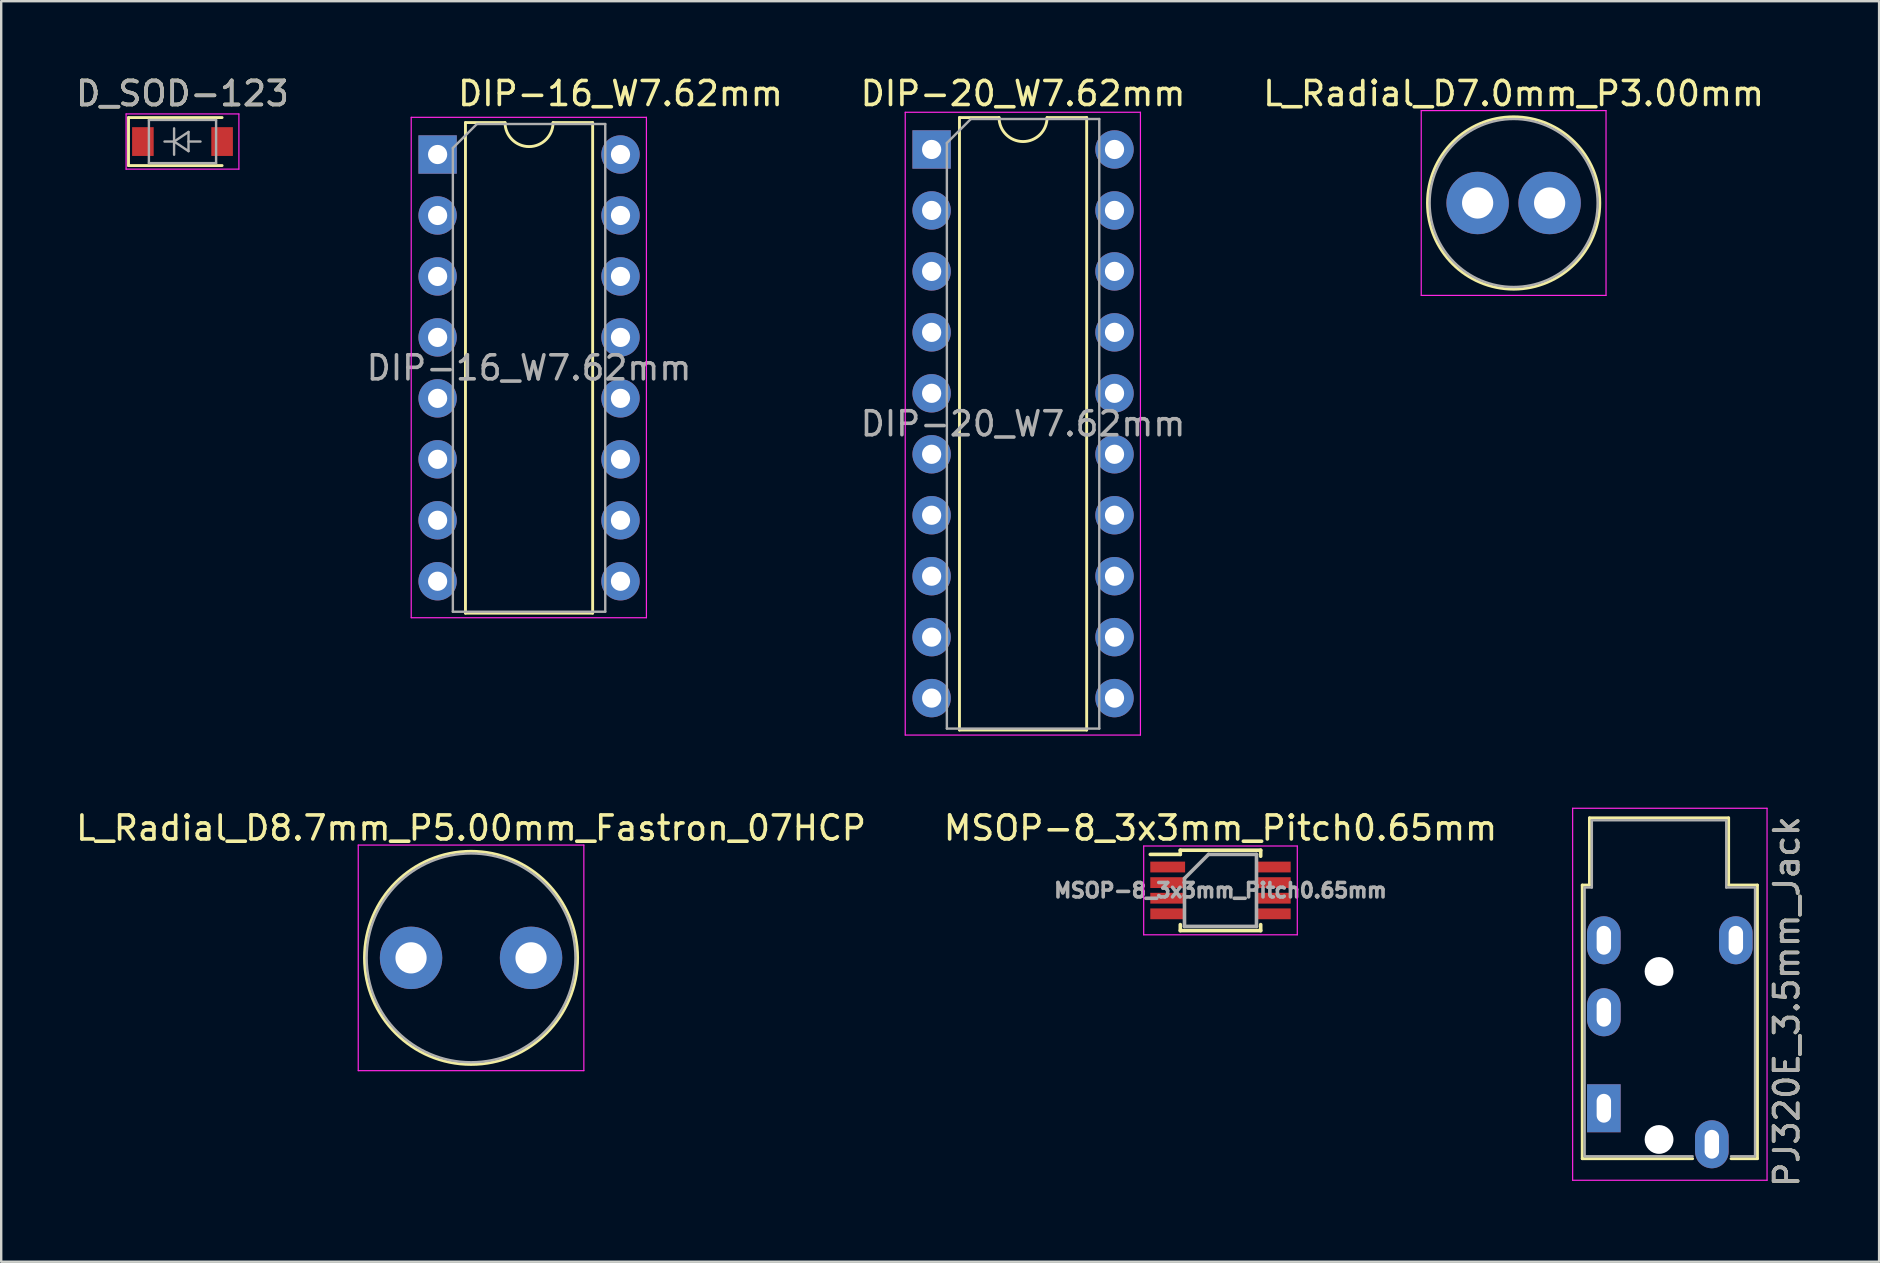
<source format=kicad_pcb>
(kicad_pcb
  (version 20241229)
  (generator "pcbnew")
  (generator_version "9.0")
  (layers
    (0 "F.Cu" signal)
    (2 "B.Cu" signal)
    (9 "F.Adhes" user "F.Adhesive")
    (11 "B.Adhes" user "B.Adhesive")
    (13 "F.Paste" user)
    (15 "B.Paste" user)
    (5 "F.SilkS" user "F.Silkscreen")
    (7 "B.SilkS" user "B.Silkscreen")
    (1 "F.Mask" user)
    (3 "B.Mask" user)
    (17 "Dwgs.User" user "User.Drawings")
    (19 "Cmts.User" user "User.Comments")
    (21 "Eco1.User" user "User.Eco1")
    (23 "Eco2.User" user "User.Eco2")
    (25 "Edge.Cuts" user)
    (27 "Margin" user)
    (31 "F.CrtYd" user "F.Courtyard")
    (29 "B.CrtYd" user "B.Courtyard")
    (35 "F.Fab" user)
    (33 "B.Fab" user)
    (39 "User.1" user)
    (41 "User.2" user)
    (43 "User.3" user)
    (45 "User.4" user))
  (footprint "PJ320E_3.5mm_Jack"
    (layer "F.Cu")
    (at 63.777 43.128)
    (property "Reference" "PJ320E_3.5mm_Jack" (at 7.62 -4.445 90) (layer "F.SilkS") (effects (font (size 1 1) (thickness 0.15))))
    (attr through_hole)
    (fp_line (start -0.9 -9.3) (end -0.9 2.1) (stroke (width 0.12) (type solid)) (layer "F.SilkS"))
    (fp_line (start -0.9 -9.3) (end -0.6 -9.3) (stroke (width 0.12) (type solid)) (layer "F.SilkS"))
    (fp_line (start -0.9 2.1) (end 3.7 2.1) (stroke (width 0.12) (type solid)) (layer "F.SilkS"))
    (fp_line (start -0.6 -9.3) (end -0.6 -12.1) (stroke (width 0.12) (type solid)) (layer "F.SilkS"))
    (fp_line (start 5.2 -12.1) (end -0.6 -12.1) (stroke (width 0.12) (type solid)) (layer "F.SilkS"))
    (fp_line (start 5.2 -9.3) (end 5.2 -12.1) (stroke (width 0.12) (type solid)) (layer "F.SilkS"))
    (fp_line (start 5.2 -9.3) (end 6.4 -9.3) (stroke (width 0.12) (type solid)) (layer "F.SilkS"))
    (fp_line (start 6.4 -9.3) (end 6.4 2.1) (stroke (width 0.12) (type solid)) (layer "F.SilkS"))
    (fp_line (start 6.4 2.1) (end 5.3 2.1) (stroke (width 0.12) (type solid)) (layer "F.SilkS"))
    (fp_line (start -1.3 -12.5) (end -1.3 3) (stroke (width 0.05) (type solid)) (layer "F.CrtYd"))
    (fp_line (start -1.3 -12.5) (end 6.8 -12.5) (stroke (width 0.05) (type solid)) (layer "F.CrtYd"))
    (fp_line (start -1.3 3) (end 6.8 3) (stroke (width 0.05) (type solid)) (layer "F.CrtYd"))
    (fp_line (start 6.8 -12.5) (end 6.8 3) (stroke (width 0.05) (type solid)) (layer "F.CrtYd"))
    (fp_line (start -0.8 -9.2) (end -0.5 -9.2) (stroke (width 0.1) (type solid)) (layer "F.Fab"))
    (fp_line (start -0.8 2) (end -0.8 -9.2) (stroke (width 0.1) (type solid)) (layer "F.Fab"))
    (fp_line (start -0.5 -12) (end 5.1 -12) (stroke (width 0.1) (type solid)) (layer "F.Fab"))
    (fp_line (start -0.5 -9.2) (end -0.5 -12) (stroke (width 0.1) (type solid)) (layer "F.Fab"))
    (fp_line (start 3.7 2) (end -0.8 2) (stroke (width 0.1) (type solid)) (layer "F.Fab"))
    (fp_line (start 5.1 -12) (end 5.1 -9.2) (stroke (width 0.1) (type solid)) (layer "F.Fab"))
    (fp_line (start 5.1 -9.2) (end 6.3 -9.2) (stroke (width 0.1) (type solid)) (layer "F.Fab"))
    (fp_line (start 6.3 -9.2) (end 6.3 2) (stroke (width 0.1) (type solid)) (layer "F.Fab"))
    (fp_line (start 6.3 2) (end 5.3 2) (stroke (width 0.1) (type solid)) (layer "F.Fab"))
    (fp_text user "${REFERENCE}" (at 7.62 -4.445 90) (layer "F.Fab") (effects (font (size 1 1) (thickness 0.15))))
    (pad "" np_thru_hole circle (at 2.3 -5.7 270) (size 1.2 1.2) (drill 1.2) (layers "*.Cu" "*.Mask"))
    (pad "" np_thru_hole circle (at 2.3 1.3 270) (size 1.2 1.2) (drill 1.2) (layers "*.Cu" "*.Mask"))
    (pad "1" thru_hole rect (at 0 0 270) (size 2 1.4) (drill oval 1.2 0.6) (layers "*.Cu" "*.Mask"))
    (pad "2" thru_hole oval (at 0 -4 270) (size 2 1.4) (drill oval 1.2 0.6) (layers "*.Cu" "*.Mask"))
    (pad "3" thru_hole oval (at 0 -7 270) (size 2 1.4) (drill oval 1.2 0.6) (layers "*.Cu" "*.Mask"))
    (pad "4" thru_hole oval (at 4.5 1.5 270) (size 2 1.4) (drill oval 1.2 0.6) (layers "*.Cu" "*.Mask"))
    (pad "5" thru_hole oval (at 5.5 -7 270) (size 2 1.4) (drill oval 1.2 0.6) (layers "*.Cu" "*.Mask")))
  (footprint "D_SOD-123"
    (layer "F.Cu")
    (at 4.554 2.848)
    (property "Reference" "D_SOD-123" (at 0 -2 0) (layer "F.SilkS") (effects (font (size 1 1) (thickness 0.15))))
    (attr smd)
    (fp_line (start -2.25 -1) (end -2.25 1) (stroke (width 0.12) (type solid)) (layer "F.SilkS"))
    (fp_line (start -2.25 -1) (end 1.65 -1) (stroke (width 0.12) (type solid)) (layer "F.SilkS"))
    (fp_line (start -2.25 1) (end 1.65 1) (stroke (width 0.12) (type solid)) (layer "F.SilkS"))
    (fp_line (start -2.35 -1.15) (end -2.35 1.15) (stroke (width 0.05) (type solid)) (layer "F.CrtYd"))
    (fp_line (start -2.35 -1.15) (end 2.35 -1.15) (stroke (width 0.05) (type solid)) (layer "F.CrtYd"))
    (fp_line (start 2.35 -1.15) (end 2.35 1.15) (stroke (width 0.05) (type solid)) (layer "F.CrtYd"))
    (fp_line (start 2.35 1.15) (end -2.35 1.15) (stroke (width 0.05) (type solid)) (layer "F.CrtYd"))
    (fp_line (start -1.4 -0.9) (end 1.4 -0.9) (stroke (width 0.1) (type solid)) (layer "F.Fab"))
    (fp_line (start -1.4 0.9) (end -1.4 -0.9) (stroke (width 0.1) (type solid)) (layer "F.Fab"))
    (fp_line (start -0.75 0) (end -0.35 0) (stroke (width 0.1) (type solid)) (layer "F.Fab"))
    (fp_line (start -0.35 0) (end -0.35 -0.55) (stroke (width 0.1) (type solid)) (layer "F.Fab"))
    (fp_line (start -0.35 0) (end -0.35 0.55) (stroke (width 0.1) (type solid)) (layer "F.Fab"))
    (fp_line (start -0.35 0) (end 0.25 -0.4) (stroke (width 0.1) (type solid)) (layer "F.Fab"))
    (fp_line (start 0.25 -0.4) (end 0.25 0.4) (stroke (width 0.1) (type solid)) (layer "F.Fab"))
    (fp_line (start 0.25 0) (end 0.75 0) (stroke (width 0.1) (type solid)) (layer "F.Fab"))
    (fp_line (start 0.25 0.4) (end -0.35 0) (stroke (width 0.1) (type solid)) (layer "F.Fab"))
    (fp_line (start 1.4 -0.9) (end 1.4 0.9) (stroke (width 0.1) (type solid)) (layer "F.Fab"))
    (fp_line (start 1.4 0.9) (end -1.4 0.9) (stroke (width 0.1) (type solid)) (layer "F.Fab"))
    (fp_text user "${REFERENCE}" (at 0 -2 0) (layer "F.Fab") (effects (font (size 1 1) (thickness 0.15))))
    (pad "1" smd rect (at -1.65 0) (size 0.9 1.2) (layers "F.Cu" "F.Mask" "F.Paste"))
    (pad "2" smd rect (at 1.65 0) (size 0.9 1.2) (layers "F.Cu" "F.Mask" "F.Paste")))
  (footprint "DIP-16_W7.62mm"
    (layer "F.Cu")
    (at 15.184 3.388)
    (property "Reference" "DIP-16_W7.62mm" (at 7.62 -2.54 0) (layer "F.SilkS") (effects (font (size 1 1) (thickness 0.15))))
    (attr through_hole)
    (fp_line (start 1.16 -1.33) (end 1.16 19.11) (stroke (width 0.12) (type solid)) (layer "F.SilkS"))
    (fp_line (start 1.16 19.11) (end 6.46 19.11) (stroke (width 0.12) (type solid)) (layer "F.SilkS"))
    (fp_line (start 2.81 -1.33) (end 1.16 -1.33) (stroke (width 0.12) (type solid)) (layer "F.SilkS"))
    (fp_line (start 6.46 -1.33) (end 4.81 -1.33) (stroke (width 0.12) (type solid)) (layer "F.SilkS"))
    (fp_line (start 6.46 19.11) (end 6.46 -1.33) (stroke (width 0.12) (type solid)) (layer "F.SilkS"))
    (fp_arc (start 4.81 -1.33) (mid 3.81 -0.33) (end 2.81 -1.33) (stroke (width 0.12) (type solid)) (layer "F.SilkS"))
    (fp_line (start -1.1 -1.55) (end -1.1 19.3) (stroke (width 0.05) (type solid)) (layer "F.CrtYd"))
    (fp_line (start -1.1 19.3) (end 8.7 19.3) (stroke (width 0.05) (type solid)) (layer "F.CrtYd"))
    (fp_line (start 8.7 -1.55) (end -1.1 -1.55) (stroke (width 0.05) (type solid)) (layer "F.CrtYd"))
    (fp_line (start 8.7 19.3) (end 8.7 -1.55) (stroke (width 0.05) (type solid)) (layer "F.CrtYd"))
    (fp_line (start 0.635 -0.27) (end 1.635 -1.27) (stroke (width 0.1) (type solid)) (layer "F.Fab"))
    (fp_line (start 0.635 19.05) (end 0.635 -0.27) (stroke (width 0.1) (type solid)) (layer "F.Fab"))
    (fp_line (start 1.635 -1.27) (end 6.985 -1.27) (stroke (width 0.1) (type solid)) (layer "F.Fab"))
    (fp_line (start 6.985 -1.27) (end 6.985 19.05) (stroke (width 0.1) (type solid)) (layer "F.Fab"))
    (fp_line (start 6.985 19.05) (end 0.635 19.05) (stroke (width 0.1) (type solid)) (layer "F.Fab"))
    (fp_text user "${REFERENCE}" (at 3.81 8.89 0) (layer "F.Fab") (effects (font (size 1 1) (thickness 0.15))))
    (pad "1" thru_hole rect (at 0 0) (size 1.6 1.6) (drill 0.8) (layers "*.Cu" "*.Mask"))
    (pad "2" thru_hole oval (at 0 2.54) (size 1.6 1.6) (drill 0.8) (layers "*.Cu" "*.Mask"))
    (pad "3" thru_hole oval (at 0 5.08) (size 1.6 1.6) (drill 0.8) (layers "*.Cu" "*.Mask"))
    (pad "4" thru_hole oval (at 0 7.62) (size 1.6 1.6) (drill 0.8) (layers "*.Cu" "*.Mask"))
    (pad "5" thru_hole oval (at 0 10.16) (size 1.6 1.6) (drill 0.8) (layers "*.Cu" "*.Mask"))
    (pad "6" thru_hole oval (at 0 12.7) (size 1.6 1.6) (drill 0.8) (layers "*.Cu" "*.Mask"))
    (pad "7" thru_hole oval (at 0 15.24) (size 1.6 1.6) (drill 0.8) (layers "*.Cu" "*.Mask"))
    (pad "8" thru_hole oval (at 0 17.78) (size 1.6 1.6) (drill 0.8) (layers "*.Cu" "*.Mask"))
    (pad "9" thru_hole oval (at 7.62 17.78) (size 1.6 1.6) (drill 0.8) (layers "*.Cu" "*.Mask"))
    (pad "10" thru_hole oval (at 7.62 15.24) (size 1.6 1.6) (drill 0.8) (layers "*.Cu" "*.Mask"))
    (pad "11" thru_hole oval (at 7.62 12.7) (size 1.6 1.6) (drill 0.8) (layers "*.Cu" "*.Mask"))
    (pad "12" thru_hole oval (at 7.62 10.16) (size 1.6 1.6) (drill 0.8) (layers "*.Cu" "*.Mask"))
    (pad "13" thru_hole oval (at 7.62 7.62) (size 1.6 1.6) (drill 0.8) (layers "*.Cu" "*.Mask"))
    (pad "14" thru_hole oval (at 7.62 5.08) (size 1.6 1.6) (drill 0.8) (layers "*.Cu" "*.Mask"))
    (pad "15" thru_hole oval (at 7.62 2.54) (size 1.6 1.6) (drill 0.8) (layers "*.Cu" "*.Mask"))
    (pad "16" thru_hole oval (at 7.62 0) (size 1.6 1.6) (drill 0.8) (layers "*.Cu" "*.Mask")))
  (footprint "L_Radial_D7.0mm_P3.00mm"
    (layer "F.Cu")
    (at 58.518 5.408)
    (property "Reference" "L_Radial_D7.0mm_P3.00mm" (at 1.5 -4.56 0) (layer "F.SilkS") (effects (font (size 1 1) (thickness 0.15))))
    (attr through_hole)
    (fp_circle (center 1.5 0) (end 5.09 0) (stroke (width 0.12) (type solid)) (fill no) (layer "F.SilkS"))
    (fp_line (start -2.35 -3.85) (end -2.35 3.85) (stroke (width 0.05) (type solid)) (layer "F.CrtYd"))
    (fp_line (start -2.35 3.85) (end 5.35 3.85) (stroke (width 0.05) (type solid)) (layer "F.CrtYd"))
    (fp_line (start 5.35 -3.85) (end -2.35 -3.85) (stroke (width 0.05) (type solid)) (layer "F.CrtYd"))
    (fp_line (start 5.35 3.85) (end 5.35 -3.85) (stroke (width 0.05) (type solid)) (layer "F.CrtYd"))
    (fp_circle (center 1.5 0) (end 5 0) (stroke (width 0.1) (type solid)) (fill no) (layer "F.Fab"))
    (pad "1" thru_hole circle (at 0 0) (size 2.6 2.6) (drill 1.3) (layers "*.Cu" "*.Mask"))
    (pad "2" thru_hole circle (at 3 0) (size 2.6 2.6) (drill 1.3) (layers "*.Cu" "*.Mask")))
  (footprint "DIP-20_W7.62mm"
    (layer "F.Cu")
    (at 35.768 3.178)
    (property "Reference" "DIP-20_W7.62mm" (at 3.81 -2.33 0) (layer "F.SilkS") (effects (font (size 1 1) (thickness 0.15))))
    (attr through_hole)
    (fp_line (start 1.16 -1.33) (end 1.16 24.19) (stroke (width 0.12) (type solid)) (layer "F.SilkS"))
    (fp_line (start 1.16 24.19) (end 6.46 24.19) (stroke (width 0.12) (type solid)) (layer "F.SilkS"))
    (fp_line (start 2.81 -1.33) (end 1.16 -1.33) (stroke (width 0.12) (type solid)) (layer "F.SilkS"))
    (fp_line (start 6.46 -1.33) (end 4.81 -1.33) (stroke (width 0.12) (type solid)) (layer "F.SilkS"))
    (fp_line (start 6.46 24.19) (end 6.46 -1.33) (stroke (width 0.12) (type solid)) (layer "F.SilkS"))
    (fp_arc (start 4.81 -1.33) (mid 3.81 -0.33) (end 2.81 -1.33) (stroke (width 0.12) (type solid)) (layer "F.SilkS"))
    (fp_line (start -1.1 -1.55) (end -1.1 24.4) (stroke (width 0.05) (type solid)) (layer "F.CrtYd"))
    (fp_line (start -1.1 24.4) (end 8.7 24.4) (stroke (width 0.05) (type solid)) (layer "F.CrtYd"))
    (fp_line (start 8.7 -1.55) (end -1.1 -1.55) (stroke (width 0.05) (type solid)) (layer "F.CrtYd"))
    (fp_line (start 8.7 24.4) (end 8.7 -1.55) (stroke (width 0.05) (type solid)) (layer "F.CrtYd"))
    (fp_line (start 0.635 -0.27) (end 1.635 -1.27) (stroke (width 0.1) (type solid)) (layer "F.Fab"))
    (fp_line (start 0.635 24.13) (end 0.635 -0.27) (stroke (width 0.1) (type solid)) (layer "F.Fab"))
    (fp_line (start 1.635 -1.27) (end 6.985 -1.27) (stroke (width 0.1) (type solid)) (layer "F.Fab"))
    (fp_line (start 6.985 -1.27) (end 6.985 24.13) (stroke (width 0.1) (type solid)) (layer "F.Fab"))
    (fp_line (start 6.985 24.13) (end 0.635 24.13) (stroke (width 0.1) (type solid)) (layer "F.Fab"))
    (fp_text user "${REFERENCE}" (at 3.81 11.43 0) (layer "F.Fab") (effects (font (size 1 1) (thickness 0.15))))
    (pad "1" thru_hole rect (at 0 0) (size 1.6 1.6) (drill 0.8) (layers "*.Cu" "*.Mask"))
    (pad "2" thru_hole oval (at 0 2.54) (size 1.6 1.6) (drill 0.8) (layers "*.Cu" "*.Mask"))
    (pad "3" thru_hole oval (at 0 5.08) (size 1.6 1.6) (drill 0.8) (layers "*.Cu" "*.Mask"))
    (pad "4" thru_hole oval (at 0 7.62) (size 1.6 1.6) (drill 0.8) (layers "*.Cu" "*.Mask"))
    (pad "5" thru_hole oval (at 0 10.16) (size 1.6 1.6) (drill 0.8) (layers "*.Cu" "*.Mask"))
    (pad "6" thru_hole oval (at 0 12.7) (size 1.6 1.6) (drill 0.8) (layers "*.Cu" "*.Mask"))
    (pad "7" thru_hole oval (at 0 15.24) (size 1.6 1.6) (drill 0.8) (layers "*.Cu" "*.Mask"))
    (pad "8" thru_hole oval (at 0 17.78) (size 1.6 1.6) (drill 0.8) (layers "*.Cu" "*.Mask"))
    (pad "9" thru_hole oval (at 0 20.32) (size 1.6 1.6) (drill 0.8) (layers "*.Cu" "*.Mask"))
    (pad "10" thru_hole oval (at 0 22.86) (size 1.6 1.6) (drill 0.8) (layers "*.Cu" "*.Mask"))
    (pad "11" thru_hole oval (at 7.62 22.86) (size 1.6 1.6) (drill 0.8) (layers "*.Cu" "*.Mask"))
    (pad "12" thru_hole oval (at 7.62 20.32) (size 1.6 1.6) (drill 0.8) (layers "*.Cu" "*.Mask"))
    (pad "13" thru_hole oval (at 7.62 17.78) (size 1.6 1.6) (drill 0.8) (layers "*.Cu" "*.Mask"))
    (pad "14" thru_hole oval (at 7.62 15.24) (size 1.6 1.6) (drill 0.8) (layers "*.Cu" "*.Mask"))
    (pad "15" thru_hole oval (at 7.62 12.7) (size 1.6 1.6) (drill 0.8) (layers "*.Cu" "*.Mask"))
    (pad "16" thru_hole oval (at 7.62 10.16) (size 1.6 1.6) (drill 0.8) (layers "*.Cu" "*.Mask"))
    (pad "17" thru_hole oval (at 7.62 7.62) (size 1.6 1.6) (drill 0.8) (layers "*.Cu" "*.Mask"))
    (pad "18" thru_hole oval (at 7.62 5.08) (size 1.6 1.6) (drill 0.8) (layers "*.Cu" "*.Mask"))
    (pad "19" thru_hole oval (at 7.62 2.54) (size 1.6 1.6) (drill 0.8) (layers "*.Cu" "*.Mask"))
    (pad "20" thru_hole oval (at 7.62 0) (size 1.6 1.6) (drill 0.8) (layers "*.Cu" "*.Mask")))
  (footprint "MSOP-8_3x3mm_Pitch0.65mm"
    (layer "F.Cu")
    (at 47.804 34.051)
    (property "Reference" "MSOP-8_3x3mm_Pitch0.65mm" (at 0 -2.6 0) (layer "F.SilkS") (effects (font (size 1 1) (thickness 0.15))))
    (attr smd)
    (fp_line (start -1.675 -1.675) (end -1.675 -1.5) (stroke (width 0.15) (type solid)) (layer "F.SilkS"))
    (fp_line (start -1.675 -1.675) (end 1.675 -1.675) (stroke (width 0.15) (type solid)) (layer "F.SilkS"))
    (fp_line (start -1.675 -1.5) (end -2.925 -1.5) (stroke (width 0.15) (type solid)) (layer "F.SilkS"))
    (fp_line (start -1.675 1.675) (end -1.675 1.425) (stroke (width 0.15) (type solid)) (layer "F.SilkS"))
    (fp_line (start -1.675 1.675) (end 1.675 1.675) (stroke (width 0.15) (type solid)) (layer "F.SilkS"))
    (fp_line (start 1.675 -1.675) (end 1.675 -1.425) (stroke (width 0.15) (type solid)) (layer "F.SilkS"))
    (fp_line (start 1.675 1.675) (end 1.675 1.425) (stroke (width 0.15) (type solid)) (layer "F.SilkS"))
    (fp_line (start -3.2 -1.85) (end -3.2 1.85) (stroke (width 0.05) (type solid)) (layer "F.CrtYd"))
    (fp_line (start -3.2 -1.85) (end 3.2 -1.85) (stroke (width 0.05) (type solid)) (layer "F.CrtYd"))
    (fp_line (start -3.2 1.85) (end 3.2 1.85) (stroke (width 0.05) (type solid)) (layer "F.CrtYd"))
    (fp_line (start 3.2 -1.85) (end 3.2 1.85) (stroke (width 0.05) (type solid)) (layer "F.CrtYd"))
    (fp_line (start -1.5 -0.5) (end -0.5 -1.5) (stroke (width 0.15) (type solid)) (layer "F.Fab"))
    (fp_line (start -1.5 1.5) (end -1.5 -0.5) (stroke (width 0.15) (type solid)) (layer "F.Fab"))
    (fp_line (start -0.5 -1.5) (end 1.5 -1.5) (stroke (width 0.15) (type solid)) (layer "F.Fab"))
    (fp_line (start 1.5 -1.5) (end 1.5 1.5) (stroke (width 0.15) (type solid)) (layer "F.Fab"))
    (fp_line (start 1.5 1.5) (end -1.5 1.5) (stroke (width 0.15) (type solid)) (layer "F.Fab"))
    (fp_text user "${REFERENCE}" (at 0 0 0) (layer "F.Fab") (effects (font (size 0.6 0.6) (thickness 0.15))))
    (pad "1" smd rect (at -2.2 -0.975) (size 1.45 0.45) (layers "F.Cu" "F.Mask" "F.Paste"))
    (pad "2" smd rect (at -2.2 -0.325) (size 1.45 0.45) (layers "F.Cu" "F.Mask" "F.Paste"))
    (pad "3" smd rect (at -2.2 0.325) (size 1.45 0.45) (layers "F.Cu" "F.Mask" "F.Paste"))
    (pad "4" smd rect (at -2.2 0.975) (size 1.45 0.45) (layers "F.Cu" "F.Mask" "F.Paste"))
    (pad "5" smd rect (at 2.2 0.975) (size 1.45 0.45) (layers "F.Cu" "F.Mask" "F.Paste"))
    (pad "6" smd rect (at 2.2 0.325) (size 1.45 0.45) (layers "F.Cu" "F.Mask" "F.Paste"))
    (pad "7" smd rect (at 2.2 -0.325) (size 1.45 0.45) (layers "F.Cu" "F.Mask" "F.Paste"))
    (pad "8" smd rect (at 2.2 -0.975) (size 1.45 0.45) (layers "F.Cu" "F.Mask" "F.Paste")))
  (footprint "L_Radial_D8.7mm_P5.00mm_Fastron_07HCP"
    (layer "F.Cu")
    (at 14.077 36.861)
    (property "Reference" "L_Radial_D8.7mm_P5.00mm_Fastron_07HCP" (at 2.5 -5.41 0) (layer "F.SilkS") (effects (font (size 1 1) (thickness 0.15))))
    (attr through_hole)
    (fp_circle (center 2.5 0) (end 6.94 0) (stroke (width 0.12) (type solid)) (fill no) (layer "F.SilkS"))
    (fp_line (start -2.2 -4.7) (end -2.2 4.7) (stroke (width 0.05) (type solid)) (layer "F.CrtYd"))
    (fp_line (start -2.2 4.7) (end 7.2 4.7) (stroke (width 0.05) (type solid)) (layer "F.CrtYd"))
    (fp_line (start 7.2 -4.7) (end -2.2 -4.7) (stroke (width 0.05) (type solid)) (layer "F.CrtYd"))
    (fp_line (start 7.2 4.7) (end 7.2 -4.7) (stroke (width 0.05) (type solid)) (layer "F.CrtYd"))
    (fp_circle (center 2.5 0) (end 6.85 0) (stroke (width 0.1) (type solid)) (fill no) (layer "F.Fab"))
    (pad "1" thru_hole circle (at 0 0) (size 2.6 2.6) (drill 1.3) (layers "*.Cu" "*.Mask"))
    (pad "2" thru_hole circle (at 5 0) (size 2.6 2.6) (drill 1.3) (layers "*.Cu" "*.Mask")))
  (gr_rect
    (start -3 -3)
    (end 75.246 49.523)
    (stroke (width 0.1) (type default))
    (fill no)
    (layer "Edge.Cuts")))
</source>
